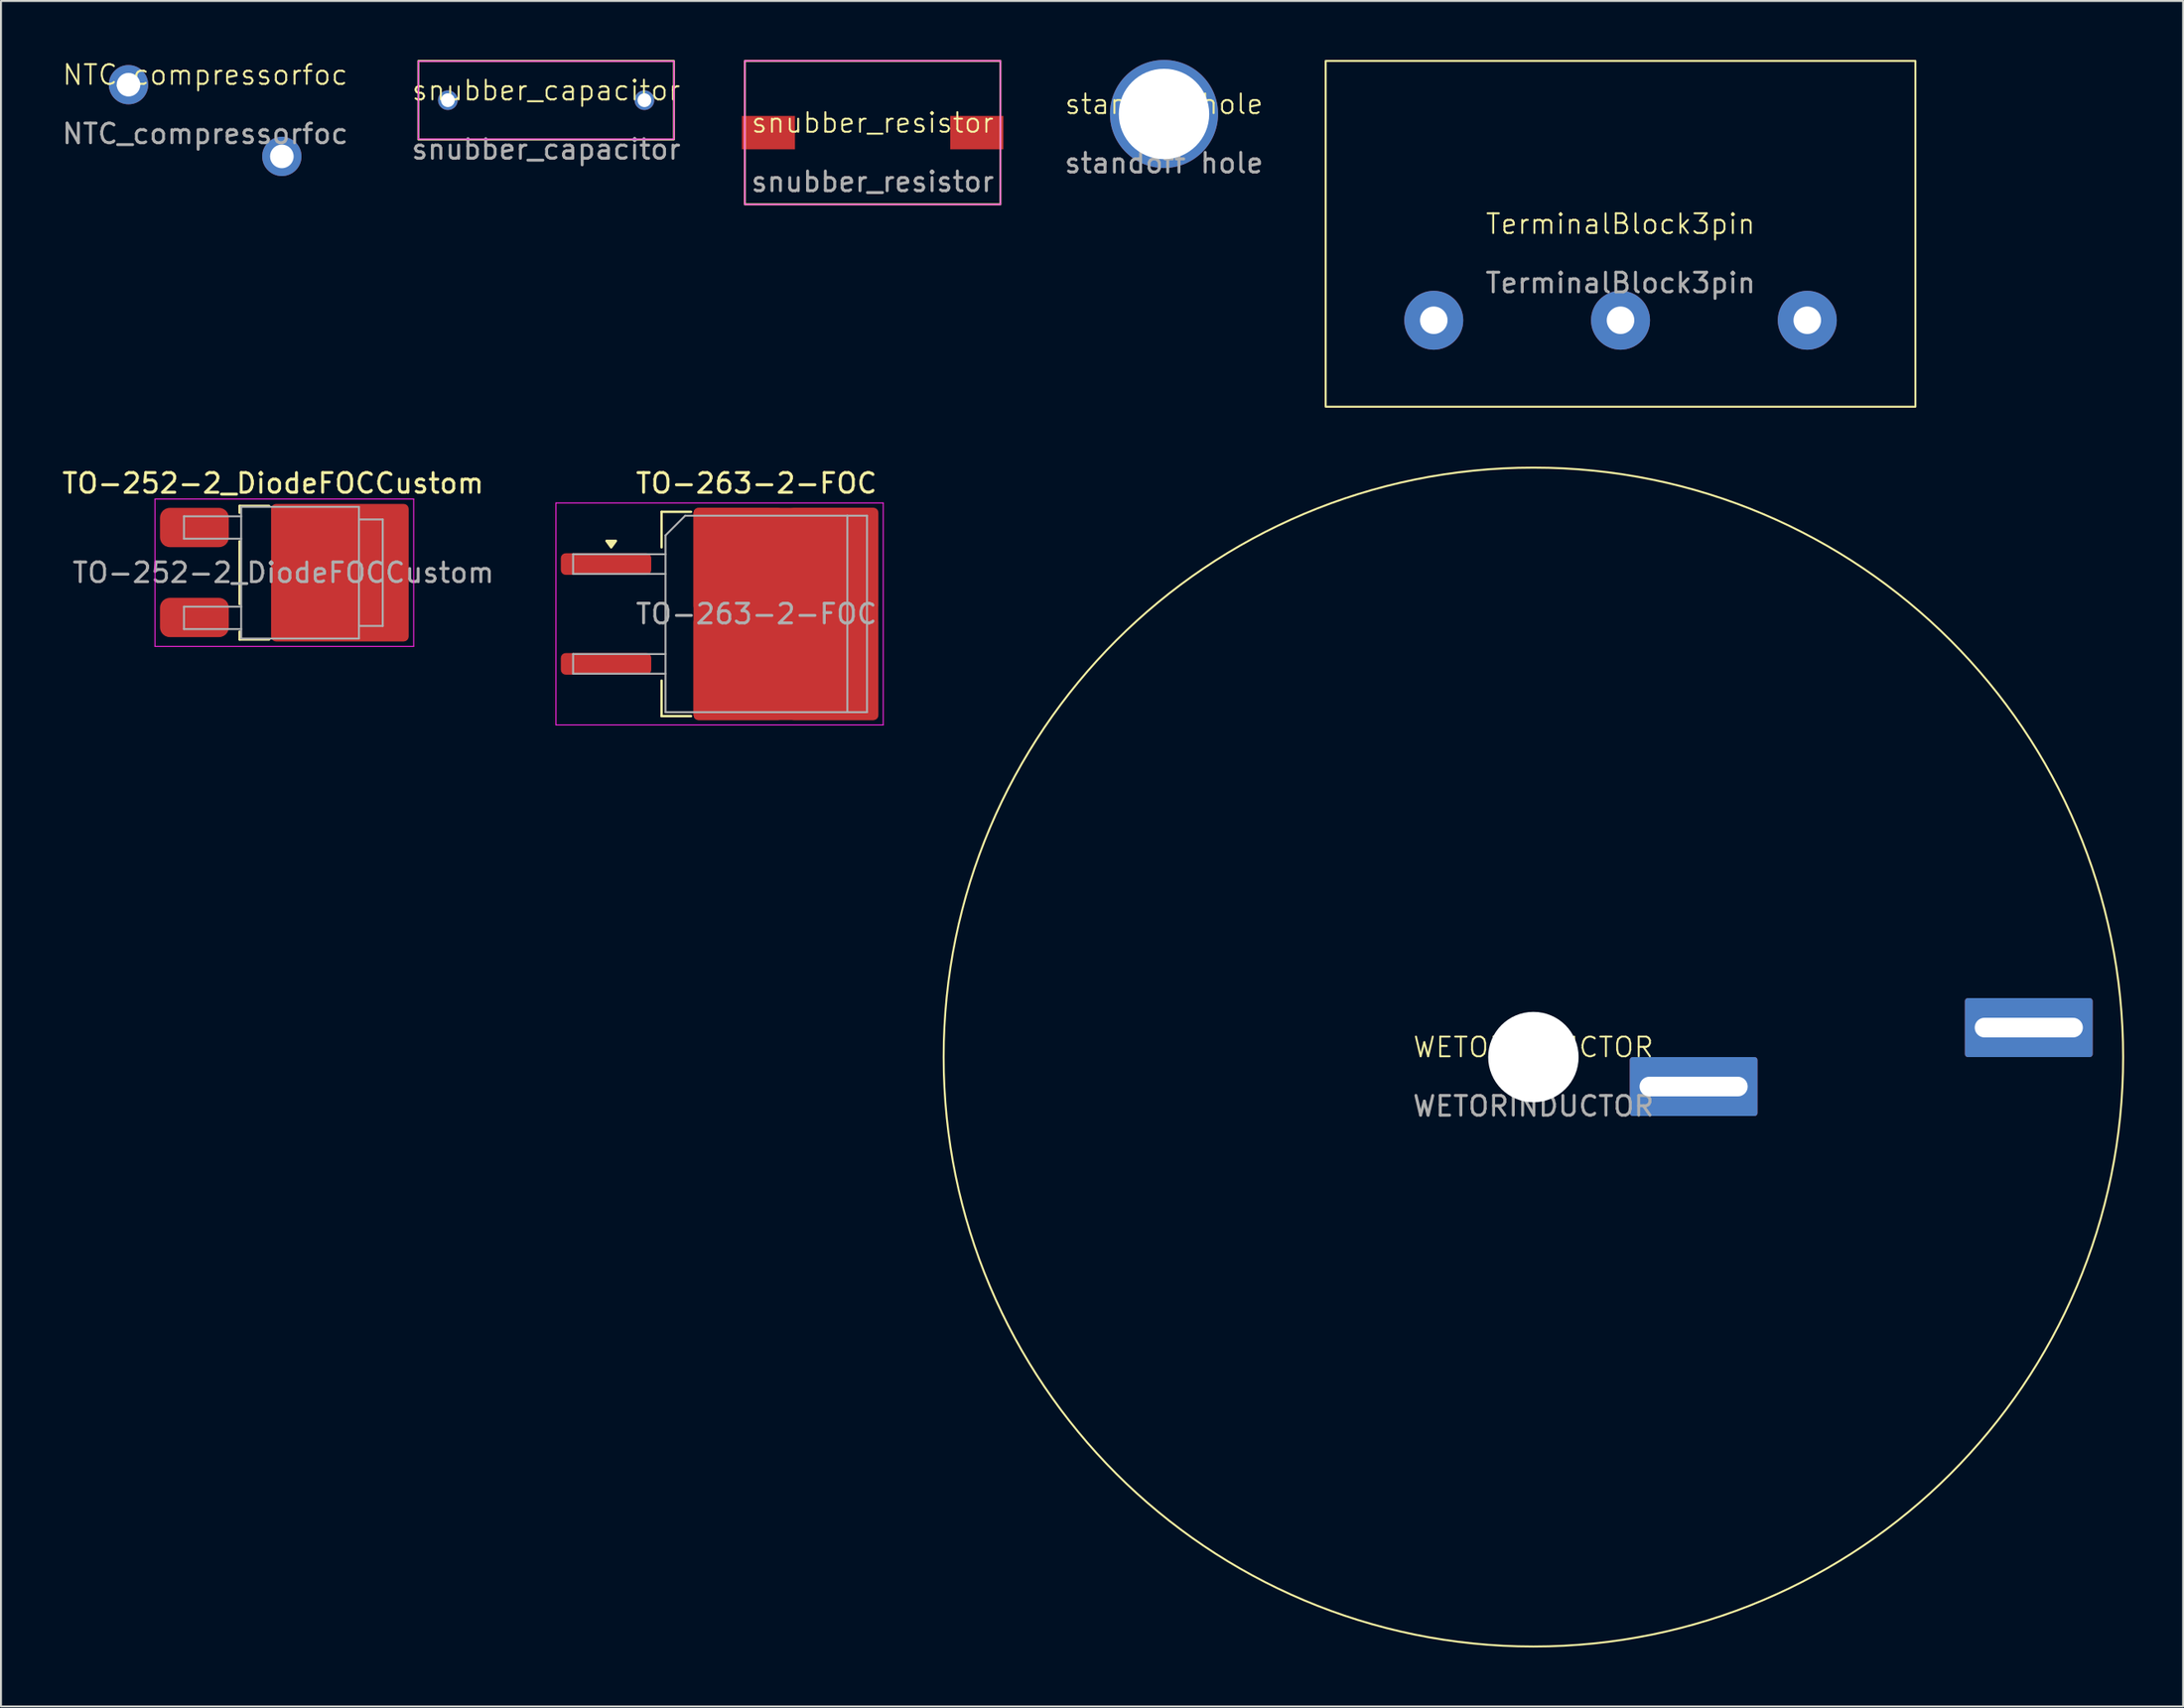
<source format=kicad_pcb>
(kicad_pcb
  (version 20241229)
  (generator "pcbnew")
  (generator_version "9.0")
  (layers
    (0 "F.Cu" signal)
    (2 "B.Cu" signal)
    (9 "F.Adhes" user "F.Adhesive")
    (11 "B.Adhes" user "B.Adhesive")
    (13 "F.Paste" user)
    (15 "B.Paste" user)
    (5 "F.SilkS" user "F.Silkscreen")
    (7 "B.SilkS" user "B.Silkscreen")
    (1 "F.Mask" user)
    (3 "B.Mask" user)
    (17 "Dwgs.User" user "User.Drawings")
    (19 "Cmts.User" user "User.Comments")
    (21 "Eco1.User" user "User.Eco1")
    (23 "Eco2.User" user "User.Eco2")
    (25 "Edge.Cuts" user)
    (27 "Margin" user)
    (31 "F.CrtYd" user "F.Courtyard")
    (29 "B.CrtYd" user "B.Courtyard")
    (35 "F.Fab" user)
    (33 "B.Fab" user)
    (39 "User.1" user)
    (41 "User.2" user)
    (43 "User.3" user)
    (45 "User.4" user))
  (footprint "standoff hole"
    (layer "F.Cu")
    (at 56.163 2.75)
    (property "Reference" "standoff hole" (at 0 -0.5 0) (unlocked yes) (layer "F.SilkS") (effects (font (size 1 1) (thickness 0.1))))
    (attr through_hole)
    (fp_text user "${REFERENCE}" (at 0 2.5 0) (unlocked yes) (layer "F.Fab") (effects (font (size 1 1) (thickness 0.15))))
    (pad "1" thru_hole circle (at 0 0) (size 5.5 5.5) (drill 4.6) (layers "*.Cu" "*.Mask")))
  (footprint "WETORINDUCTOR"
    (layer "F.Cu")
    (at 87.454 49.25)
    (property "Reference" "WETORINDUCTOR" (at -12.5 1 0) (unlocked yes) (layer "F.SilkS") (effects (font (size 1 1) (thickness 0.1))))
    (attr through_hole)
    (fp_circle (center -12.5 1.5) (end 17.5 1.5) (stroke (width 0.1) (type default)) (fill no) (layer "F.SilkS"))
    (fp_text user "${REFERENCE}" (at -12.5 4 0) (unlocked yes) (layer "F.Fab") (effects (font (size 1 1) (thickness 0.15))))
    (pad "" np_thru_hole circle (at -12.5 1.5) (size 4.6 4.6) (drill 4.6) (layers "*.Cu" "*.Mask"))
    (pad "1" thru_hole roundrect (at -4.35 3) (size 6.5 3) (drill oval 5.5 1) (layers "*.Cu" "*.Mask") (roundrect_rratio 0.05))
    (pad "2" thru_hole roundrect (at 12.7 0) (size 6.5 3) (drill oval 5.5 1) (layers "*.Cu" "*.Mask") (roundrect_rratio 0.05)))
  (footprint "TO-252-2_DiodeFOCCustom"
    (layer "F.Cu")
    (at 12.214 26.098)
    (property "Reference" "TO-252-2_DiodeFOCCustom" (at -1.375 -4.55 0) (layer "F.SilkS") (effects (font (size 1 1) (thickness 0.15))))
    (attr smd)
    (fp_line (start -3.075 -3.4) (end -1.575 -3.4) (stroke (width 0.12) (type solid)) (layer "F.SilkS"))
    (fp_line (start -3.075 -3.05) (end -3.075 -3.4) (stroke (width 0.12) (type solid)) (layer "F.SilkS"))
    (fp_line (start -3.075 1.6) (end -3.075 -1.6) (stroke (width 0.12) (type solid)) (layer "F.SilkS"))
    (fp_line (start -3.075 3.4) (end -3.075 3) (stroke (width 0.12) (type solid)) (layer "F.SilkS"))
    (fp_line (start -1.575 3.4) (end -3.075 3.4) (stroke (width 0.12) (type solid)) (layer "F.SilkS"))
    (fp_line (start -7.38 3.75) (end -7.38 -3.75) (stroke (width 0.05) (type solid)) (layer "F.CrtYd"))
    (fp_line (start -7.38 3.75) (end 5.78 3.75) (stroke (width 0.05) (type solid)) (layer "F.CrtYd"))
    (fp_line (start 5.78 -3.75) (end -7.38 -3.75) (stroke (width 0.05) (type solid)) (layer "F.CrtYd"))
    (fp_line (start 5.78 -3.75) (end 5.78 3.75) (stroke (width 0.05) (type solid)) (layer "F.CrtYd"))
    (fp_line (start -5.905 -2.87) (end -5.905 -1.73) (stroke (width 0.1) (type solid)) (layer "F.Fab"))
    (fp_line (start -5.905 -1.73) (end -2.995 -1.73) (stroke (width 0.1) (type solid)) (layer "F.Fab"))
    (fp_line (start -5.905 1.73) (end -5.905 2.87) (stroke (width 0.1) (type solid)) (layer "F.Fab"))
    (fp_line (start -5.905 2.87) (end -2.995 2.87) (stroke (width 0.1) (type solid)) (layer "F.Fab"))
    (fp_line (start -2.995 -2.87) (end -5.905 -2.87) (stroke (width 0.1) (type solid)) (layer "F.Fab"))
    (fp_line (start -2.995 1.73) (end -5.905 1.73) (stroke (width 0.1) (type solid)) (layer "F.Fab"))
    (fp_line (start -2.995 3.35) (end -2.995 -3.35) (stroke (width 0.1) (type solid)) (layer "F.Fab"))
    (fp_line (start -2.995 3.35) (end 2.995 3.35) (stroke (width 0.1) (type solid)) (layer "F.Fab"))
    (fp_line (start 2.995 -3.35) (end -2.995 -3.35) (stroke (width 0.1) (type solid)) (layer "F.Fab"))
    (fp_line (start 2.995 3.35) (end 2.995 -3.35) (stroke (width 0.1) (type solid)) (layer "F.Fab"))
    (fp_line (start 3.005 -2.71) (end 4.205 -2.71) (stroke (width 0.1) (type solid)) (layer "F.Fab"))
    (fp_line (start 4.205 -2.71) (end 4.205 2.71) (stroke (width 0.1) (type solid)) (layer "F.Fab"))
    (fp_line (start 4.205 2.71) (end 2.995 2.71) (stroke (width 0.1) (type solid)) (layer "F.Fab"))
    (fp_text user "${REFERENCE}" (at -0.85 0 0) (layer "F.Fab") (effects (font (size 1 1) (thickness 0.15))))
    (pad "" smd roundrect (at 0.25 -1.8 270) (size 3.3 3.3) (layers "F.Paste") (roundrect_rratio 0.076))
    (pad "" smd roundrect (at 0.25 1.8 270) (size 3.3 3.3) (layers "F.Paste") (roundrect_rratio 0.076))
    (pad "" smd roundrect (at 3.8 -1.8 270) (size 3.3 3.3) (layers "F.Paste") (roundrect_rratio 0.076))
    (pad "" smd roundrect (at 3.8 1.8 270) (size 3.3 3.3) (layers "F.Paste") (roundrect_rratio 0.076))
    (pad "1" smd roundrect (at -5.375 -2.3) (size 3.5 2) (layers "F.Cu" "F.Mask" "F.Paste") (roundrect_rratio 0.25))
    (pad "1" smd roundrect (at -5.375 2.28) (size 3.5 2) (layers "F.Cu" "F.Mask" "F.Paste") (roundrect_rratio 0.25))
    (pad "2" smd roundrect (at 2.025 0) (size 7 7) (layers "F.Cu" "F.Mask") (roundrect_rratio 0.036)))
  (footprint "NTC_compressorfoc"
    (layer "F.Cu")
    (at 7.387 1.26)
    (property "Reference" "NTC_compressorfoc" (at 0 -0.5 0) (unlocked yes) (layer "F.SilkS") (effects (font (size 1 1) (thickness 0.1))))
    (attr through_hole)
    (fp_text user "${REFERENCE}" (at 0 2.5 0) (unlocked yes) (layer "F.Fab") (effects (font (size 1 1) (thickness 0.15))))
    (pad "1" thru_hole circle (at -3.9 0) (size 2 2) (drill 1.2) (layers "*.Cu" "*.Mask"))
    (pad "2" thru_hole circle (at 3.9 3.65) (size 2 2) (drill 1.2) (layers "*.Cu" "*.Mask")))
  (footprint "snubber_resistor"
    (layer "F.Cu")
    (at 41.34 3.7)
    (property "Reference" "snubber_resistor" (at 0 -0.5 0) (unlocked yes) (layer "F.SilkS") (effects (font (size 1 1) (thickness 0.1))))
    (attr smd)
    (fp_rect (start -6.5 -3.65) (end 6.5 3.65) (stroke (width 0.1) (type default)) (fill no) (layer "F.SilkS"))
    (fp_rect (start -6.502 -3.658) (end 6.502 3.658) (stroke (width 0.05) (type default)) (fill no) (layer "F.CrtYd"))
    (fp_text user "${REFERENCE}" (at 0 2.5 0) (unlocked yes) (layer "F.Fab") (effects (font (size 1 1) (thickness 0.15))))
    (pad "1" smd rect (at -5.3 0) (size 2.7 1.7) (layers "F.Cu" "F.Mask" "F.Paste"))
    (pad "2" smd rect (at 5.3 0) (size 2.7 1.7) (layers "F.Cu" "F.Mask" "F.Paste")))
  (footprint "TerminalBlock3pin"
    (layer "F.Cu")
    (at 79.386 8.85)
    (property "Reference" "TerminalBlock3pin" (at 0 -0.5 0) (unlocked yes) (layer "F.SilkS") (effects (font (size 1 1) (thickness 0.1))))
    (attr through_hole)
    (fp_rect (start -15 -8.8) (end 15 8.8) (stroke (width 0.1) (type default)) (fill no) (layer "F.SilkS"))
    (fp_text user "${REFERENCE}" (at 0 2.5 0) (unlocked yes) (layer "F.Fab") (effects (font (size 1 1) (thickness 0.15))))
    (pad "1" thru_hole circle (at -9.5 4.4) (size 3 3) (drill 1.4) (layers "*.Cu" "*.Mask"))
    (pad "2" thru_hole circle (at 0 4.4) (size 3 3) (drill 1.4) (layers "*.Cu" "*.Mask"))
    (pad "3" thru_hole circle (at 9.5 4.4) (size 3 3) (drill 1.4) (layers "*.Cu" "*.Mask")))
  (footprint "TO-263-2-FOC"
    (layer "F.Cu")
    (at 35.429 28.198)
    (property "Reference" "TO-263-2-FOC" (at 0 -6.65 0) (layer "F.SilkS") (effects (font (size 1 1) (thickness 0.15))))
    (attr smd)
    (fp_line (start -4.825 -5.2) (end -4.825 -3.39) (stroke (width 0.12) (type solid)) (layer "F.SilkS"))
    (fp_line (start -4.825 5.2) (end -4.825 3.39) (stroke (width 0.12) (type solid)) (layer "F.SilkS"))
    (fp_line (start -3.325 -5.2) (end -4.825 -5.2) (stroke (width 0.12) (type solid)) (layer "F.SilkS"))
    (fp_line (start -3.325 5.2) (end -4.825 5.2) (stroke (width 0.12) (type solid)) (layer "F.SilkS"))
    (fp_poly (pts (xy -7.388 -3.39) (xy -7.628 -3.72) (xy -7.147 -3.72) (xy -7.388 -3.39)) (stroke (width 0.12) (type solid)) (fill yes) (layer "F.SilkS"))
    (fp_line (start -10.2 -5.65) (end -10.2 5.65) (stroke (width 0.05) (type solid)) (layer "F.CrtYd"))
    (fp_line (start -10.2 5.65) (end 6.45 5.65) (stroke (width 0.05) (type solid)) (layer "F.CrtYd"))
    (fp_line (start 6.45 -5.65) (end -10.2 -5.65) (stroke (width 0.05) (type solid)) (layer "F.CrtYd"))
    (fp_line (start 6.45 5.65) (end 6.45 -5.65) (stroke (width 0.05) (type solid)) (layer "F.CrtYd"))
    (fp_line (start -9.325 -3.04) (end -9.325 -2.04) (stroke (width 0.1) (type solid)) (layer "F.Fab"))
    (fp_line (start -9.325 -2.04) (end -4.625 -2.04) (stroke (width 0.1) (type solid)) (layer "F.Fab"))
    (fp_line (start -9.325 2.04) (end -9.325 3.04) (stroke (width 0.1) (type solid)) (layer "F.Fab"))
    (fp_line (start -9.325 3.04) (end -4.625 3.04) (stroke (width 0.1) (type solid)) (layer "F.Fab"))
    (fp_line (start -4.625 -4) (end -3.625 -5) (stroke (width 0.1) (type solid)) (layer "F.Fab"))
    (fp_line (start -4.625 -3.04) (end -9.325 -3.04) (stroke (width 0.1) (type solid)) (layer "F.Fab"))
    (fp_line (start -4.625 2.04) (end -9.325 2.04) (stroke (width 0.1) (type solid)) (layer "F.Fab"))
    (fp_line (start -4.625 5) (end -4.625 -4) (stroke (width 0.1) (type solid)) (layer "F.Fab"))
    (fp_line (start -3.625 -5) (end 4.625 -5) (stroke (width 0.1) (type solid)) (layer "F.Fab"))
    (fp_line (start 4.625 -5) (end 4.625 5) (stroke (width 0.1) (type solid)) (layer "F.Fab"))
    (fp_line (start 4.625 -5) (end 5.625 -5) (stroke (width 0.1) (type solid)) (layer "F.Fab"))
    (fp_line (start 4.625 5) (end -4.625 5) (stroke (width 0.1) (type solid)) (layer "F.Fab"))
    (fp_line (start 5.625 -5) (end 5.625 5) (stroke (width 0.1) (type solid)) (layer "F.Fab"))
    (fp_line (start 5.625 5) (end 4.625 5) (stroke (width 0.1) (type solid)) (layer "F.Fab"))
    (fp_text user "${REFERENCE}" (at 0 0 0) (layer "F.Fab") (effects (font (size 1 1) (thickness 0.15))))
    (pad "1" smd roundrect (at -7.65 -2.54) (size 4.6 1.1) (layers "F.Cu" "F.Mask" "F.Paste") (roundrect_rratio 0.227))
    (pad "1" smd roundrect (at -7.65 2.54) (size 4.6 1.1) (layers "F.Cu" "F.Mask" "F.Paste") (roundrect_rratio 0.227))
    (pad "2" smd roundrect (at -0.925 -2.775) (size 4.55 5.25) (layers "F.Cu" "F.Paste") (roundrect_rratio 0.055))
    (pad "2" smd roundrect (at -0.925 2.775) (size 4.55 5.25) (layers "F.Cu" "F.Paste") (roundrect_rratio 0.055))
    (pad "2" smd roundrect (at 1.5 0) (size 9.4 10.8) (layers "F.Cu" "F.Mask") (roundrect_rratio 0.027))
    (pad "2" smd roundrect (at 3.925 -2.775) (size 4.55 5.25) (layers "F.Cu" "F.Paste") (roundrect_rratio 0.055))
    (pad "2" smd roundrect (at 3.925 2.775) (size 4.55 5.25) (layers "F.Cu" "F.Paste") (roundrect_rratio 0.055)))
  (footprint "snubber_capacitor"
    (layer "F.Cu")
    (at 24.732 2.05)
    (property "Reference" "snubber_capacitor" (at 0 -0.5 0) (unlocked yes) (layer "F.SilkS") (effects (font (size 1 1) (thickness 0.1))))
    (attr through_hole)
    (fp_rect (start -6.5 -2) (end 6.5 2) (stroke (width 0.1) (type default)) (fill no) (layer "F.SilkS"))
    (fp_rect (start -6.502 -1.981) (end 6.502 1.981) (stroke (width 0.05) (type default)) (fill no) (layer "F.CrtYd"))
    (fp_text user "${REFERENCE}" (at 0 2.5 0) (unlocked yes) (layer "F.Fab") (effects (font (size 1 1) (thickness 0.15))))
    (pad "1" thru_hole circle (at -5 0) (size 1 1) (drill 0.7) (layers "*.Cu" "*.Mask"))
    (pad "2" thru_hole circle (at 5 0) (size 1 1) (drill 0.7) (layers "*.Cu" "*.Mask")))
  (gr_rect
    (start -3 -3)
    (end 108.004 83.8)
    (stroke (width 0.1) (type default))
    (fill no)
    (layer "Edge.Cuts")))
</source>
